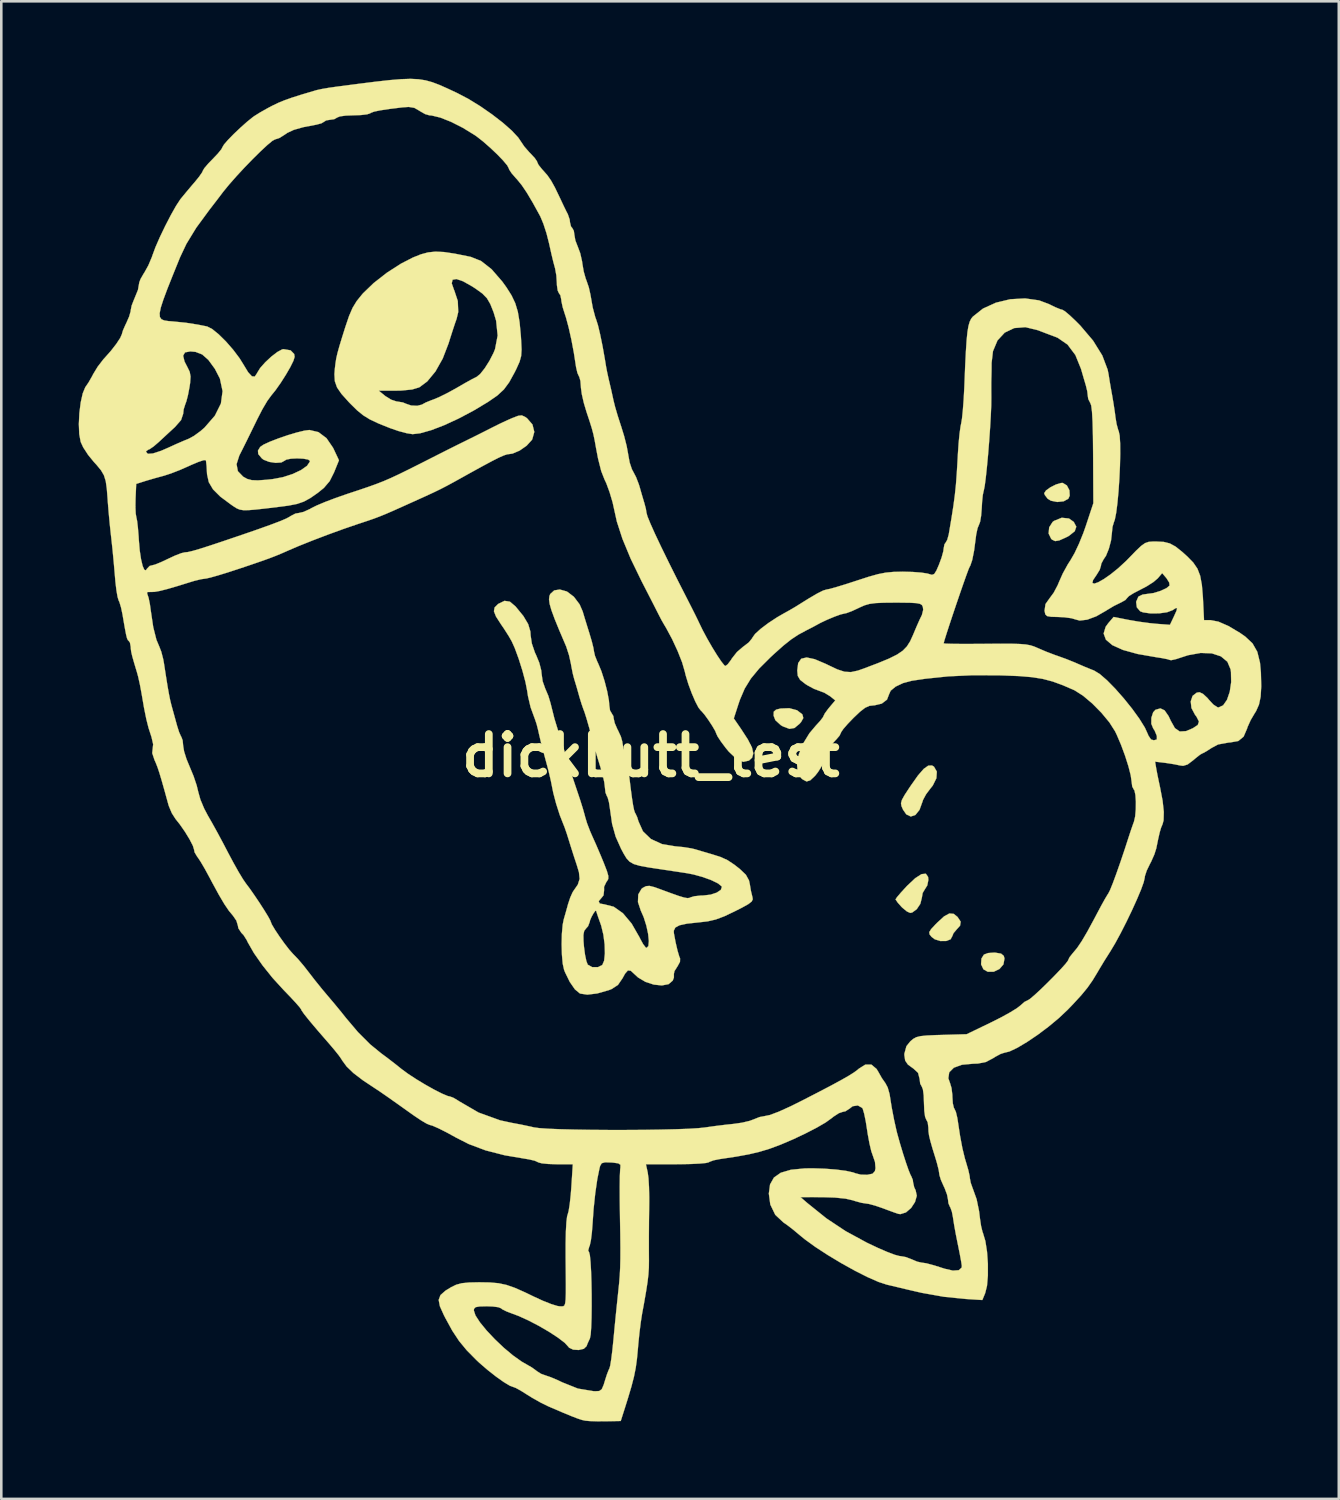
<source format=kicad_pcb>
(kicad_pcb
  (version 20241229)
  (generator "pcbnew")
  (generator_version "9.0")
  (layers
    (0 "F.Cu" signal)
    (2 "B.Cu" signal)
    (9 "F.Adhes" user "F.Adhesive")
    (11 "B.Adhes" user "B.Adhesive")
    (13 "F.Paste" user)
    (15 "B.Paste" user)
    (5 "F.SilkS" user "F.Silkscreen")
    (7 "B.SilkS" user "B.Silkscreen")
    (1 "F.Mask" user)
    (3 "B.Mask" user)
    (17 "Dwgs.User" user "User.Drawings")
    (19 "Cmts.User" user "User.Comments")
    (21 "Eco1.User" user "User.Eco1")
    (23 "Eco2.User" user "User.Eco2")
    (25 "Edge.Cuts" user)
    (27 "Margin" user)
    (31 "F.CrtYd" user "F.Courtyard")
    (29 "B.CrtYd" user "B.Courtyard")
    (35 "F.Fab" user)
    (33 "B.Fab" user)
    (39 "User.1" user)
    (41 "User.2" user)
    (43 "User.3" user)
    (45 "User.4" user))
  (footprint "dickbutt_test"
    (layer "F.Cu")
    (at 22.166 26.225)
    (property "Reference" "dickbutt_test" (at 0 0 0) (layer "F.SilkS") (effects (font (size 1.524 1.524) (thickness 0.3))))
    (attr through_hole)
    (fp_poly (pts (xy 13.35 7.636) (xy 13.571 7.673) (xy 13.674 7.759) (xy 13.702 7.86) (xy 13.662 8.089) (xy 13.508 8.268) (xy 13.289 8.373) (xy 13.056 8.376) (xy 12.886 8.28) (xy 12.795 8.088) (xy 12.81 7.862) (xy 12.906 7.71) (xy 13.066 7.65) (xy 13.304 7.633) (xy 13.35 7.636)) (stroke (width 0.01) (type solid)) (fill yes) (layer "F.SilkS"))
    (fp_poly (pts (xy 16.119 -10.468) (xy 16.218 -10.279) (xy 16.229 -10.069) (xy 16.176 -9.953) (xy 15.998 -9.853) (xy 15.747 -9.826) (xy 15.501 -9.875) (xy 15.373 -9.954) (xy 15.266 -10.094) (xy 15.24 -10.167) (xy 15.311 -10.273) (xy 15.483 -10.396) (xy 15.697 -10.503) (xy 15.892 -10.562) (xy 15.958 -10.564) (xy 16.119 -10.468)) (stroke (width 0.01) (type solid)) (fill yes) (layer "F.SilkS"))
    (fp_poly (pts (xy 16.201 -9.186) (xy 16.387 -9.054) (xy 16.485 -8.869) (xy 16.425 -8.693) (xy 16.203 -8.516) (xy 16.079 -8.45) (xy 15.826 -8.337) (xy 15.666 -8.31) (xy 15.548 -8.365) (xy 15.511 -8.399) (xy 15.412 -8.603) (xy 15.434 -8.844) (xy 15.566 -9.051) (xy 15.618 -9.092) (xy 15.921 -9.215) (xy 16.201 -9.186)) (stroke (width 0.01) (type solid)) (fill yes) (layer "F.SilkS"))
    (fp_poly (pts (xy 5.664 -1.757) (xy 5.866 -1.601) (xy 5.875 -1.586) (xy 5.908 -1.455) (xy 5.822 -1.3) (xy 5.761 -1.231) (xy 5.565 -1.069) (xy 5.37 -1.036) (xy 5.123 -1.129) (xy 5.038 -1.177) (xy 4.824 -1.372) (xy 4.757 -1.547) (xy 4.762 -1.7) (xy 4.854 -1.781) (xy 5.028 -1.824) (xy 5.366 -1.836) (xy 5.664 -1.757)) (stroke (width 0.01) (type solid)) (fill yes) (layer "F.SilkS"))
    (fp_poly (pts (xy 11.735 6.132) (xy 11.883 6.251) (xy 12.005 6.434) (xy 11.981 6.59) (xy 11.853 6.731) (xy 11.726 6.882) (xy 11.684 6.989) (xy 11.614 7.118) (xy 11.44 7.184) (xy 11.218 7.185) (xy 11 7.117) (xy 10.878 7.025) (xy 10.799 6.926) (xy 10.788 6.838) (xy 10.861 6.722) (xy 11.033 6.536) (xy 11.094 6.475) (xy 11.362 6.229) (xy 11.567 6.117) (xy 11.735 6.132)) (stroke (width 0.01) (type solid)) (fill yes) (layer "F.SilkS"))
    (fp_poly (pts (xy 10.742 4.701) (xy 10.753 4.816) (xy 10.711 5.03) (xy 10.626 5.165) (xy 10.532 5.323) (xy 10.499 5.514) (xy 10.442 5.743) (xy 10.303 5.951) (xy 10.127 6.08) (xy 10.049 6.096) (xy 9.922 6.039) (xy 9.75 5.898) (xy 9.71 5.859) (xy 9.564 5.694) (xy 9.487 5.582) (xy 9.483 5.568) (xy 9.537 5.486) (xy 9.681 5.316) (xy 9.886 5.092) (xy 9.932 5.043) (xy 10.245 4.749) (xy 10.488 4.593) (xy 10.656 4.576) (xy 10.742 4.701)) (stroke (width 0.01) (type solid)) (fill yes) (layer "F.SilkS"))
    (fp_poly (pts (xy 10.97 0.428) (xy 11.081 0.62) (xy 11.064 0.877) (xy 10.925 1.159) (xy 10.834 1.273) (xy 10.663 1.5) (xy 10.546 1.718) (xy 10.528 1.776) (xy 10.41 2.102) (xy 10.251 2.3) (xy 10.072 2.361) (xy 9.896 2.276) (xy 9.77 2.092) (xy 9.711 1.957) (xy 9.693 1.844) (xy 9.729 1.715) (xy 9.831 1.531) (xy 10.011 1.255) (xy 10.075 1.16) (xy 10.353 0.767) (xy 10.573 0.514) (xy 10.748 0.39) (xy 10.893 0.383) (xy 10.97 0.428)) (stroke (width 0.01) (type solid)) (fill yes) (layer "F.SilkS"))
    (fp_poly (pts (xy -8.01 -19.51) (xy -7.593 -19.447) (xy -7.056 -19.339) (xy -6.968 -19.32) (xy -6.571 -19.159) (xy -6.169 -18.843) (xy -5.755 -18.366) (xy -5.593 -18.141) (xy -5.396 -17.829) (xy -5.253 -17.528) (xy -5.153 -17.195) (xy -5.085 -16.789) (xy -5.036 -16.268) (xy -5.024 -16.076) (xy -5.008 -15.731) (xy -5.024 -15.482) (xy -5.086 -15.257) (xy -5.21 -14.982) (xy -5.277 -14.848) (xy -5.488 -14.464) (xy -5.695 -14.184) (xy -5.95 -13.949) (xy -6.305 -13.704) (xy -6.308 -13.702) (xy -6.877 -13.361) (xy -7.454 -13.056) (xy -8.009 -12.8) (xy -8.514 -12.607) (xy -8.937 -12.488) (xy -9.228 -12.454) (xy -9.457 -12.49) (xy -9.773 -12.574) (xy -10.109 -12.69) (xy -10.118 -12.693) (xy -10.559 -12.871) (xy -10.886 -13.025) (xy -11.145 -13.185) (xy -11.383 -13.379) (xy -11.645 -13.638) (xy -11.701 -13.696) (xy -11.984 -14.011) (xy -12.072 -14.138) (xy -10.541 -14.138) (xy -10.287 -13.93) (xy -10.064 -13.791) (xy -9.849 -13.72) (xy -9.821 -13.718) (xy -9.604 -13.682) (xy -9.483 -13.631) (xy -9.286 -13.564) (xy -9.049 -13.553) (xy -8.863 -13.6) (xy -8.843 -13.614) (xy -8.717 -13.682) (xy -8.5 -13.77) (xy -8.428 -13.795) (xy -8.19 -13.895) (xy -7.873 -14.052) (xy -7.539 -14.236) (xy -7.497 -14.261) (xy -7.199 -14.433) (xy -6.944 -14.575) (xy -6.778 -14.659) (xy -6.756 -14.669) (xy -6.614 -14.782) (xy -6.436 -15.006) (xy -6.254 -15.293) (xy -6.097 -15.598) (xy -6.036 -15.748) (xy -5.935 -16.276) (xy -5.994 -16.849) (xy -6.091 -17.174) (xy -6.218 -17.493) (xy -6.348 -17.718) (xy -6.523 -17.899) (xy -6.788 -18.091) (xy -6.917 -18.175) (xy -7.275 -18.377) (xy -7.532 -18.464) (xy -7.681 -18.437) (xy -7.714 -18.297) (xy -7.626 -18.046) (xy -7.616 -18.027) (xy -7.479 -17.613) (xy -7.462 -17.187) (xy -7.527 -16.916) (xy -7.586 -16.75) (xy -7.678 -16.471) (xy -7.788 -16.128) (xy -7.836 -15.972) (xy -8.063 -15.383) (xy -8.345 -14.882) (xy -8.664 -14.496) (xy -8.971 -14.268) (xy -9.247 -14.185) (xy -9.662 -14.143) (xy -9.881 -14.139) (xy -10.541 -14.138) (xy -12.072 -14.138) (xy -12.158 -14.265) (xy -12.243 -14.505) (xy -12.259 -14.779) (xy -12.243 -14.986) (xy -12.218 -15.198) (xy -12.188 -15.389) (xy -12.141 -15.595) (xy -12.069 -15.854) (xy -11.963 -16.203) (xy -11.834 -16.613) (xy -11.69 -17.037) (xy -11.554 -17.351) (xy -11.396 -17.61) (xy -11.187 -17.869) (xy -11.151 -17.911) (xy -10.738 -18.309) (xy -10.227 -18.708) (xy -9.68 -19.06) (xy -9.221 -19.296) (xy -8.912 -19.42) (xy -8.632 -19.496) (xy -8.344 -19.526) (xy -8.01 -19.51)) (stroke (width 0.01) (type solid)) (fill yes) (layer "F.SilkS"))
    (fp_poly (pts (xy -3.252 -6.358) (xy -2.982 -6.154) (xy -2.76 -5.861) (xy -2.641 -5.588) (xy -2.57 -5.35) (xy -2.47 -5.026) (xy -2.378 -4.73) (xy -2.288 -4.427) (xy -2.225 -4.174) (xy -2.201 -4.028) (xy -2.164 -3.866) (xy -2.073 -3.638) (xy -2.042 -3.574) (xy -1.916 -3.272) (xy -1.793 -2.889) (xy -1.69 -2.487) (xy -1.624 -2.132) (xy -1.609 -1.945) (xy -1.582 -1.753) (xy -1.524 -1.651) (xy -1.452 -1.531) (xy -1.439 -1.437) (xy -1.399 -1.261) (xy -1.299 -1.028) (xy -1.27 -0.974) (xy -1.16 -0.737) (xy -1.103 -0.533) (xy -1.101 -0.5) (xy -1.06 -0.275) (xy -1.018 -0.174) (xy -0.972 -0.023) (xy -0.917 0.248) (xy -0.864 0.589) (xy -0.846 0.731) (xy -0.781 1.266) (xy -0.729 1.657) (xy -0.687 1.927) (xy -0.651 2.102) (xy -0.618 2.205) (xy -0.595 2.244) (xy -0.528 2.386) (xy -0.479 2.547) (xy -0.305 2.935) (xy 0.004 3.232) (xy 0.433 3.429) (xy 0.938 3.514) (xy 1.267 3.546) (xy 1.572 3.595) (xy 1.714 3.629) (xy 1.974 3.707) (xy 2.284 3.798) (xy 2.371 3.823) (xy 2.71 3.931) (xy 2.974 4.053) (xy 3.236 4.227) (xy 3.443 4.389) (xy 3.682 4.616) (xy 3.803 4.835) (xy 3.835 4.982) (xy 3.879 5.245) (xy 3.932 5.465) (xy 3.936 5.477) (xy 3.949 5.569) (xy 3.906 5.655) (xy 3.78 5.753) (xy 3.546 5.884) (xy 3.247 6.036) (xy 2.842 6.228) (xy 2.515 6.35) (xy 2.203 6.422) (xy 1.84 6.464) (xy 1.837 6.464) (xy 1.401 6.511) (xy 1.112 6.574) (xy 0.949 6.662) (xy 0.889 6.786) (xy 0.893 6.878) (xy 0.96 7.237) (xy 1.034 7.556) (xy 1.102 7.786) (xy 1.134 7.86) (xy 1.13 7.989) (xy 1.034 8.166) (xy 1.023 8.181) (xy 0.916 8.351) (xy 0.891 8.469) (xy 0.894 8.475) (xy 0.894 8.599) (xy 0.848 8.719) (xy 0.687 8.856) (xy 0.428 8.905) (xy 0.116 8.873) (xy -0.206 8.768) (xy -0.497 8.595) (xy -0.627 8.475) (xy -0.776 8.337) (xy -0.888 8.324) (xy -0.998 8.449) (xy -1.097 8.628) (xy -1.274 8.886) (xy -1.523 9.047) (xy -1.628 9.088) (xy -2.078 9.216) (xy -2.459 9.262) (xy -2.736 9.221) (xy -2.752 9.214) (xy -2.94 9.058) (xy -3.139 8.772) (xy -3.325 8.392) (xy -3.362 8.297) (xy -3.414 8.062) (xy -3.445 7.713) (xy -3.456 7.309) (xy -3.447 6.938) (xy -2.612 6.938) (xy -2.608 7.185) (xy -2.591 7.4) (xy -2.55 7.712) (xy -2.497 7.963) (xy -2.443 8.101) (xy -2.443 8.101) (xy -2.268 8.197) (xy -2.046 8.196) (xy -1.88 8.111) (xy -1.809 7.945) (xy -1.78 7.663) (xy -1.79 7.313) (xy -1.838 6.941) (xy -1.921 6.596) (xy -1.947 6.519) (xy -2.038 6.264) (xy -2.1 6.08) (xy -2.117 6.018) (xy -2.147 6.012) (xy -2.218 6.107) (xy -2.298 6.25) (xy -2.356 6.388) (xy -2.368 6.445) (xy -2.431 6.61) (xy -2.508 6.697) (xy -2.58 6.789) (xy -2.612 6.938) (xy -3.447 6.938) (xy -3.446 6.903) (xy -3.415 6.552) (xy -3.375 6.35) (xy -3.313 6.136) (xy -3.234 5.854) (xy -3.208 5.757) (xy -3.122 5.499) (xy -3.032 5.297) (xy -3.002 5.249) (xy -2.829 4.999) (xy -2.759 4.778) (xy -2.785 4.52) (xy -2.865 4.252) (xy -2.987 3.882) (xy -3.113 3.484) (xy -3.169 3.302) (xy -3.26 3.013) (xy -3.345 2.769) (xy -3.386 2.667) (xy -3.528 2.305) (xy -3.668 1.868) (xy -3.779 1.447) (xy -3.815 1.27) (xy -3.875 0.969) (xy -3.96 0.605) (xy -4.019 0.381) (xy -4.158 -0.133) (xy -4.259 -0.523) (xy -4.331 -0.826) (xy -4.363 -0.974) (xy -4.425 -1.219) (xy -4.485 -1.397) (xy -4.657 -1.867) (xy -4.759 -2.301) (xy -4.789 -2.498) (xy -4.858 -2.852) (xy -4.975 -3.292) (xy -5.12 -3.752) (xy -5.272 -4.166) (xy -5.389 -4.426) (xy -5.515 -4.645) (xy -5.693 -4.923) (xy -5.81 -5.094) (xy -5.999 -5.388) (xy -6.079 -5.591) (xy -6.053 -5.739) (xy -5.925 -5.867) (xy -5.908 -5.88) (xy -5.668 -5.996) (xy -5.46 -5.964) (xy -5.242 -5.779) (xy -4.937 -5.406) (xy -4.752 -5.094) (xy -4.667 -4.808) (xy -4.657 -4.657) (xy -4.611 -4.345) (xy -4.491 -3.993) (xy -4.445 -3.895) (xy -4.322 -3.596) (xy -4.246 -3.302) (xy -4.233 -3.174) (xy -4.191 -2.878) (xy -4.092 -2.599) (xy -3.971 -2.315) (xy -3.886 -2.032) (xy -3.734 -1.427) (xy -3.569 -0.889) (xy -3.503 -0.683) (xy -3.408 -0.377) (xy -3.305 -0.034) (xy -3.295 0) (xy -3.173 0.399) (xy -3.024 0.865) (xy -2.877 1.304) (xy -2.86 1.355) (xy -2.738 1.719) (xy -2.632 2.058) (xy -2.56 2.314) (xy -2.546 2.371) (xy -2.473 2.615) (xy -2.354 2.927) (xy -2.264 3.133) (xy -2.114 3.467) (xy -1.945 3.863) (xy -1.817 4.173) (xy -1.701 4.474) (xy -1.647 4.662) (xy -1.649 4.781) (xy -1.701 4.872) (xy -1.722 4.895) (xy -1.812 5.084) (xy -1.811 5.216) (xy -1.833 5.414) (xy -1.899 5.498) (xy -2.02 5.641) (xy -1.98 5.731) (xy -1.799 5.764) (xy -1.437 5.856) (xy -1.082 6.107) (xy -0.745 6.507) (xy -0.437 7.044) (xy -0.415 7.091) (xy -0.299 7.303) (xy -0.199 7.433) (xy -0.165 7.451) (xy -0.095 7.378) (xy -0.077 7.184) (xy -0.105 6.907) (xy -0.174 6.587) (xy -0.277 6.26) (xy -0.392 5.998) (xy -0.499 5.674) (xy -0.487 5.381) (xy -0.36 5.162) (xy -0.313 5.125) (xy -0.186 5.059) (xy -0.053 5.048) (xy 0.141 5.097) (xy 0.343 5.17) (xy 0.78 5.331) (xy 1.086 5.439) (xy 1.289 5.5) (xy 1.417 5.522) (xy 1.498 5.513) (xy 1.539 5.492) (xy 1.688 5.449) (xy 1.931 5.423) (xy 2.034 5.42) (xy 2.314 5.388) (xy 2.553 5.309) (xy 2.713 5.202) (xy 2.752 5.087) (xy 2.742 5.065) (xy 2.605 4.953) (xy 2.347 4.827) (xy 2.015 4.706) (xy 1.654 4.606) (xy 1.402 4.557) (xy 1.008 4.497) (xy 0.58 4.433) (xy 0.381 4.403) (xy -0.091 4.332) (xy -0.427 4.27) (xy -0.66 4.202) (xy -0.821 4.111) (xy -0.942 3.981) (xy -1.055 3.794) (xy -1.151 3.614) (xy -1.362 3.143) (xy -1.5 2.647) (xy -1.582 2.074) (xy -1.621 1.813) (xy -1.673 1.622) (xy -1.701 1.571) (xy -1.757 1.433) (xy -1.778 1.243) (xy -1.804 1.03) (xy -1.871 0.731) (xy -1.944 0.477) (xy -2.063 0.092) (xy -2.184 -0.328) (xy -2.245 -0.55) (xy -2.383 -1.061) (xy -2.49 -1.433) (xy -2.572 -1.692) (xy -2.621 -1.82) (xy -2.685 -2.005) (xy -2.766 -2.269) (xy -2.794 -2.371) (xy -2.874 -2.654) (xy -2.949 -2.902) (xy -2.968 -2.963) (xy -3.025 -3.181) (xy -3.081 -3.467) (xy -3.096 -3.556) (xy -3.169 -3.887) (xy -3.276 -4.219) (xy -3.3 -4.276) (xy -3.546 -4.852) (xy -3.727 -5.296) (xy -3.85 -5.63) (xy -3.92 -5.875) (xy -3.944 -6.052) (xy -3.929 -6.183) (xy -3.897 -6.261) (xy -3.744 -6.4) (xy -3.527 -6.435) (xy -3.252 -6.358)) (stroke (width 0.01) (type solid)) (fill yes) (layer "F.SilkS"))
    (fp_poly (pts (xy -9.001 -26.205) (xy -8.728 -26.162) (xy -8.468 -26.09) (xy -8.198 -25.988) (xy -7.897 -25.855) (xy -7.542 -25.689) (xy -7.497 -25.668) (xy -7.064 -25.44) (xy -6.605 -25.158) (xy -6.152 -24.843) (xy -5.735 -24.521) (xy -5.387 -24.214) (xy -5.138 -23.947) (xy -5.047 -23.812) (xy -4.904 -23.6) (xy -4.706 -23.372) (xy -4.664 -23.331) (xy -4.502 -23.158) (xy -4.41 -23.025) (xy -4.403 -22.997) (xy -4.349 -22.885) (xy -4.215 -22.717) (xy -4.18 -22.68) (xy -4.011 -22.488) (xy -3.867 -22.282) (xy -3.718 -22.014) (xy -3.538 -21.64) (xy -3.514 -21.59) (xy -3.384 -21.313) (xy -3.272 -21.083) (xy -3.216 -20.977) (xy -3.144 -20.766) (xy -3.133 -20.665) (xy -3.094 -20.502) (xy -3.048 -20.447) (xy -2.983 -20.331) (xy -2.963 -20.184) (xy -2.924 -19.959) (xy -2.829 -19.714) (xy -2.829 -19.714) (xy -2.735 -19.463) (xy -2.665 -19.153) (xy -2.653 -19.062) (xy -2.601 -18.758) (xy -2.523 -18.48) (xy -2.497 -18.415) (xy -2.403 -18.142) (xy -2.341 -17.865) (xy -2.252 -17.361) (xy -2.152 -16.985) (xy -2.117 -16.891) (xy -2.048 -16.673) (xy -1.964 -16.32) (xy -1.871 -15.865) (xy -1.778 -15.341) (xy -1.734 -15.071) (xy -1.693 -14.856) (xy -1.631 -14.573) (xy -1.608 -14.478) (xy -1.532 -14.152) (xy -1.46 -13.823) (xy -1.446 -13.758) (xy -1.385 -13.513) (xy -1.286 -13.175) (xy -1.169 -12.812) (xy -1.15 -12.755) (xy -1.033 -12.375) (xy -0.936 -11.992) (xy -0.879 -11.682) (xy -0.875 -11.654) (xy -0.82 -11.355) (xy -0.733 -11.094) (xy -0.686 -11.007) (xy -0.573 -10.791) (xy -0.464 -10.508) (xy -0.435 -10.414) (xy -0.35 -10.116) (xy -0.268 -9.839) (xy -0.248 -9.773) (xy -0.192 -9.56) (xy -0.169 -9.412) (xy -0.131 -9.27) (xy -0.018 -8.993) (xy 0.16 -8.595) (xy 0.399 -8.09) (xy 0.691 -7.492) (xy 1.029 -6.815) (xy 1.396 -6.096) (xy 1.569 -5.756) (xy 1.722 -5.452) (xy 1.831 -5.229) (xy 1.861 -5.165) (xy 2.006 -4.865) (xy 2.186 -4.529) (xy 2.38 -4.192) (xy 2.569 -3.886) (xy 2.732 -3.644) (xy 2.849 -3.498) (xy 2.89 -3.471) (xy 2.979 -3.538) (xy 3.104 -3.703) (xy 3.142 -3.765) (xy 3.336 -4.012) (xy 3.578 -4.22) (xy 3.601 -4.235) (xy 3.799 -4.389) (xy 3.925 -4.544) (xy 3.937 -4.571) (xy 4.04 -4.715) (xy 4.257 -4.912) (xy 4.554 -5.136) (xy 4.895 -5.36) (xy 5.136 -5.499) (xy 5.381 -5.635) (xy 5.586 -5.755) (xy 5.625 -5.779) (xy 6.098 -6.075) (xy 6.445 -6.279) (xy 6.679 -6.396) (xy 6.812 -6.435) (xy 6.813 -6.435) (xy 6.94 -6.46) (xy 7.192 -6.531) (xy 7.534 -6.635) (xy 7.932 -6.764) (xy 7.981 -6.78) (xy 8.444 -6.93) (xy 8.801 -7.03) (xy 9.101 -7.089) (xy 9.397 -7.117) (xy 9.739 -7.125) (xy 9.78 -7.125) (xy 10.15 -7.115) (xy 10.478 -7.09) (xy 10.71 -7.055) (xy 10.762 -7.04) (xy 10.891 -7.003) (xy 10.98 -7.036) (xy 11.064 -7.168) (xy 11.163 -7.396) (xy 11.266 -7.675) (xy 11.332 -7.916) (xy 11.345 -8.019) (xy 11.376 -8.186) (xy 11.421 -8.249) (xy 11.483 -8.356) (xy 11.541 -8.562) (xy 11.55 -8.614) (xy 11.65 -9.209) (xy 11.725 -9.689) (xy 11.78 -10.106) (xy 11.822 -10.511) (xy 11.855 -10.957) (xy 11.887 -11.495) (xy 11.897 -11.684) (xy 11.924 -12.09) (xy 11.96 -12.464) (xy 12 -12.754) (xy 12.024 -12.869) (xy 12.056 -13.061) (xy 12.089 -13.382) (xy 12.12 -13.791) (xy 12.145 -14.25) (xy 12.151 -14.393) (xy 12.179 -15.1) (xy 12.207 -15.658) (xy 12.235 -16.088) (xy 12.267 -16.409) (xy 12.306 -16.642) (xy 12.353 -16.807) (xy 12.411 -16.925) (xy 12.474 -17.005) (xy 12.869 -17.319) (xy 13.368 -17.547) (xy 13.926 -17.681) (xy 14.5 -17.713) (xy 15.042 -17.637) (xy 15.417 -17.496) (xy 15.67 -17.373) (xy 15.869 -17.292) (xy 15.948 -17.272) (xy 16.046 -17.214) (xy 16.23 -17.059) (xy 16.469 -16.833) (xy 16.642 -16.658) (xy 17.135 -16.077) (xy 17.491 -15.503) (xy 17.699 -14.953) (xy 17.735 -14.774) (xy 17.78 -14.487) (xy 17.84 -14.139) (xy 17.871 -13.97) (xy 17.93 -13.62) (xy 17.983 -13.265) (xy 18 -13.123) (xy 18.045 -12.848) (xy 18.107 -12.619) (xy 18.128 -12.569) (xy 18.165 -12.397) (xy 18.184 -12.093) (xy 18.187 -11.689) (xy 18.176 -11.221) (xy 18.153 -10.725) (xy 18.12 -10.234) (xy 18.078 -9.783) (xy 18.03 -9.407) (xy 17.977 -9.141) (xy 17.943 -9.047) (xy 17.887 -8.861) (xy 17.863 -8.62) (xy 17.83 -8.331) (xy 17.746 -8.014) (xy 17.635 -7.741) (xy 17.54 -7.6) (xy 17.451 -7.431) (xy 17.441 -7.36) (xy 17.391 -7.197) (xy 17.272 -7.004) (xy 17.133 -6.798) (xy 17.109 -6.687) (xy 17.183 -6.663) (xy 17.336 -6.717) (xy 17.553 -6.84) (xy 17.814 -7.022) (xy 18.102 -7.254) (xy 18.4 -7.528) (xy 18.525 -7.654) (xy 18.802 -7.94) (xy 18.998 -8.125) (xy 19.148 -8.232) (xy 19.289 -8.281) (xy 19.455 -8.294) (xy 19.583 -8.294) (xy 19.874 -8.279) (xy 20.108 -8.22) (xy 20.333 -8.097) (xy 20.598 -7.885) (xy 20.788 -7.713) (xy 21.017 -7.478) (xy 21.178 -7.242) (xy 21.284 -6.967) (xy 21.35 -6.612) (xy 21.39 -6.137) (xy 21.397 -5.99) (xy 21.433 -5.249) (xy 21.684 -5.249) (xy 21.993 -5.189) (xy 22.387 -5.017) (xy 22.838 -4.746) (xy 23.03 -4.612) (xy 23.311 -4.349) (xy 23.497 -4.023) (xy 23.602 -3.597) (xy 23.637 -3.217) (xy 23.65 -2.685) (xy 23.627 -2.283) (xy 23.562 -1.975) (xy 23.45 -1.723) (xy 23.398 -1.642) (xy 23.241 -1.375) (xy 23.121 -1.11) (xy 23.099 -1.04) (xy 22.967 -0.734) (xy 22.761 -0.565) (xy 22.446 -0.509) (xy 22.4 -0.508) (xy 21.98 -0.432) (xy 21.725 -0.296) (xy 21.526 -0.168) (xy 21.39 -0.093) (xy 21.365 -0.085) (xy 21.278 -0.034) (xy 21.113 0.096) (xy 21.018 0.177) (xy 20.799 0.343) (xy 20.625 0.397) (xy 20.499 0.381) (xy 20.271 0.334) (xy 19.982 0.289) (xy 19.907 0.279) (xy 19.537 0.235) (xy 19.585 0.52) (xy 19.634 0.778) (xy 19.701 1.098) (xy 19.729 1.228) (xy 19.828 1.746) (xy 19.875 2.182) (xy 19.866 2.509) (xy 19.827 2.656) (xy 19.77 2.792) (xy 19.717 2.97) (xy 19.657 3.232) (xy 19.583 3.596) (xy 19.51 3.827) (xy 19.386 4.107) (xy 19.334 4.205) (xy 19.214 4.454) (xy 19.143 4.669) (xy 19.135 4.734) (xy 19.096 4.906) (xy 18.992 5.194) (xy 18.835 5.567) (xy 18.642 5.993) (xy 18.427 6.44) (xy 18.205 6.877) (xy 17.991 7.271) (xy 17.8 7.59) (xy 17.781 7.62) (xy 17.582 7.934) (xy 17.379 8.27) (xy 17.314 8.382) (xy 17.118 8.706) (xy 16.916 8.994) (xy 16.673 9.289) (xy 16.357 9.633) (xy 16.151 9.847) (xy 15.805 10.173) (xy 15.408 10.503) (xy 14.99 10.817) (xy 14.578 11.095) (xy 14.204 11.318) (xy 13.896 11.464) (xy 13.689 11.515) (xy 13.55 11.56) (xy 13.342 11.672) (xy 13.258 11.726) (xy 12.982 11.871) (xy 12.673 11.932) (xy 12.489 11.938) (xy 12.054 11.978) (xy 11.741 12.092) (xy 11.561 12.271) (xy 11.527 12.503) (xy 11.592 12.687) (xy 11.65 12.879) (xy 11.682 13.146) (xy 11.684 13.228) (xy 11.7 13.473) (xy 11.741 13.646) (xy 11.76 13.678) (xy 11.82 13.808) (xy 11.873 14.031) (xy 11.884 14.097) (xy 11.979 14.721) (xy 12.071 15.213) (xy 12.168 15.61) (xy 12.222 15.79) (xy 12.302 16.064) (xy 12.352 16.29) (xy 12.36 16.37) (xy 12.395 16.555) (xy 12.477 16.785) (xy 12.481 16.794) (xy 12.622 17.186) (xy 12.717 17.647) (xy 12.754 17.949) (xy 12.795 18.224) (xy 12.85 18.45) (xy 12.869 18.5) (xy 12.962 18.81) (xy 13.026 19.224) (xy 13.059 19.687) (xy 13.059 20.144) (xy 13.025 20.544) (xy 12.955 20.825) (xy 12.844 21.094) (xy 12.2 21.053) (xy 11.361 20.969) (xy 10.491 20.814) (xy 9.991 20.699) (xy 9.652 20.618) (xy 9.334 20.542) (xy 9.144 20.498) (xy 8.82 20.392) (xy 8.395 20.205) (xy 7.903 19.956) (xy 7.379 19.665) (xy 6.858 19.352) (xy 6.374 19.037) (xy 5.962 18.738) (xy 5.769 18.58) (xy 5.514 18.367) (xy 5.269 18.178) (xy 5.139 18.089) (xy 4.821 17.793) (xy 4.629 17.394) (xy 4.572 16.97) (xy 4.619 16.616) (xy 4.769 16.349) (xy 5.035 16.162) (xy 5.43 16.046) (xy 5.966 15.994) (xy 6.265 15.99) (xy 6.732 16.005) (xy 7.178 16.039) (xy 7.562 16.089) (xy 7.839 16.15) (xy 7.923 16.182) (xy 8.13 16.235) (xy 8.384 16.242) (xy 8.389 16.241) (xy 8.592 16.199) (xy 8.682 16.098) (xy 8.705 15.986) (xy 8.685 15.743) (xy 8.609 15.521) (xy 8.542 15.329) (xy 8.47 15.024) (xy 8.403 14.66) (xy 8.382 14.52) (xy 8.327 14.17) (xy 8.267 13.878) (xy 8.212 13.691) (xy 8.192 13.652) (xy 8.021 13.555) (xy 7.819 13.585) (xy 7.705 13.674) (xy 7.539 13.782) (xy 7.443 13.801) (xy 7.286 13.854) (xy 7.079 13.988) (xy 7.006 14.047) (xy 6.772 14.215) (xy 6.419 14.42) (xy 5.986 14.643) (xy 5.514 14.866) (xy 5.042 15.068) (xy 4.611 15.229) (xy 4.572 15.242) (xy 4.204 15.352) (xy 3.804 15.447) (xy 3.329 15.534) (xy 2.734 15.624) (xy 2.667 15.634) (xy 2.432 15.681) (xy 2.269 15.741) (xy 2.248 15.757) (xy 2.138 15.784) (xy 1.892 15.807) (xy 1.543 15.824) (xy 1.124 15.832) (xy 0.988 15.833) (xy -0.191 15.833) (xy -0.121 16.15) (xy -0.091 16.376) (xy -0.071 16.714) (xy -0.062 17.106) (xy -0.062 17.293) (xy -0.071 18.01) (xy -0.075 18.619) (xy -0.075 19.182) (xy -0.073 19.579) (xy -0.076 19.835) (xy -0.093 20.095) (xy -0.127 20.394) (xy -0.185 20.766) (xy -0.269 21.248) (xy -0.34 21.632) (xy -0.389 21.95) (xy -0.441 22.365) (xy -0.486 22.808) (xy -0.501 22.987) (xy -0.538 23.379) (xy -0.585 23.722) (xy -0.653 24.063) (xy -0.752 24.446) (xy -0.892 24.916) (xy -1.004 25.273) (xy -1.166 25.781) (xy -1.747 25.792) (xy -2.077 25.793) (xy -2.367 25.784) (xy -2.54 25.768) (xy -2.667 25.74) (xy -2.838 25.684) (xy -3.079 25.591) (xy -3.416 25.452) (xy -3.877 25.254) (xy -3.979 25.21) (xy -4.272 25.066) (xy -4.607 24.876) (xy -4.798 24.757) (xy -5.04 24.605) (xy -5.229 24.501) (xy -5.313 24.469) (xy -5.461 24.415) (xy -5.7 24.271) (xy -5.999 24.059) (xy -6.323 23.804) (xy -6.641 23.53) (xy -6.76 23.418) (xy -7.133 23.04) (xy -7.43 22.679) (xy -7.693 22.281) (xy -7.962 21.789) (xy -8.019 21.678) (xy -8.1 21.497) (xy -6.858 21.497) (xy -6.794 21.691) (xy -6.62 21.959) (xy -6.362 22.275) (xy -6.045 22.611) (xy -5.697 22.942) (xy -5.341 23.24) (xy -5.005 23.479) (xy -4.83 23.579) (xy -4.607 23.708) (xy -4.439 23.829) (xy -4.422 23.845) (xy -4.253 23.953) (xy -4.079 24.015) (xy -3.874 24.085) (xy -3.597 24.203) (xy -3.429 24.284) (xy -2.825 24.525) (xy -2.22 24.625) (xy -2.156 24.628) (xy -1.998 24.619) (xy -1.901 24.549) (xy -1.826 24.376) (xy -1.784 24.236) (xy -1.704 23.984) (xy -1.632 23.798) (xy -1.606 23.749) (xy -1.574 23.636) (xy -1.534 23.39) (xy -1.491 23.048) (xy -1.45 22.648) (xy -1.402 22.138) (xy -1.347 21.582) (xy -1.293 21.062) (xy -1.264 20.786) (xy -1.229 20.451) (xy -1.204 20.144) (xy -1.188 19.833) (xy -1.18 19.485) (xy -1.179 19.065) (xy -1.184 18.542) (xy -1.195 17.907) (xy -1.204 17.246) (xy -1.206 16.705) (xy -1.201 16.296) (xy -1.188 16.035) (xy -1.179 15.96) (xy -1.178 15.854) (xy -1.261 15.798) (xy -1.465 15.77) (xy -1.534 15.765) (xy -1.776 15.758) (xy -1.902 15.794) (xy -1.964 15.897) (xy -1.986 15.977) (xy -2.074 16.409) (xy -2.153 16.957) (xy -2.218 17.569) (xy -2.256 18.118) (xy -2.284 18.478) (xy -2.322 18.78) (xy -2.365 18.979) (xy -2.387 19.028) (xy -2.427 19.177) (xy -2.392 19.241) (xy -2.361 19.362) (xy -2.336 19.619) (xy -2.315 19.979) (xy -2.301 20.408) (xy -2.293 20.873) (xy -2.292 21.341) (xy -2.297 21.778) (xy -2.31 22.152) (xy -2.33 22.428) (xy -2.358 22.574) (xy -2.359 22.578) (xy -2.454 22.784) (xy -2.489 22.881) (xy -2.597 22.984) (xy -2.795 23.03) (xy -3.009 23.016) (xy -3.168 22.94) (xy -3.192 22.908) (xy -3.334 22.753) (xy -3.595 22.553) (xy -3.94 22.327) (xy -4.335 22.097) (xy -4.742 21.885) (xy -5.127 21.71) (xy -5.348 21.628) (xy -5.592 21.535) (xy -5.761 21.45) (xy -5.804 21.414) (xy -5.908 21.372) (xy -6.129 21.344) (xy -6.355 21.336) (xy -6.638 21.343) (xy -6.79 21.371) (xy -6.85 21.434) (xy -6.858 21.497) (xy -8.1 21.497) (xy -8.173 21.335) (xy -8.22 21.09) (xy -8.15 20.902) (xy -7.952 20.728) (xy -7.738 20.597) (xy -7.539 20.5) (xy -7.321 20.442) (xy -7.035 20.414) (xy -6.652 20.406) (xy -6.239 20.413) (xy -5.901 20.443) (xy -5.592 20.509) (xy -5.262 20.624) (xy -4.866 20.8) (xy -4.53 20.963) (xy -4.179 21.124) (xy -3.861 21.25) (xy -3.621 21.324) (xy -3.535 21.337) (xy -3.453 21.34) (xy -3.392 21.335) (xy -3.348 21.302) (xy -3.318 21.22) (xy -3.301 21.069) (xy -3.293 20.828) (xy -3.292 20.477) (xy -3.296 19.994) (xy -3.301 19.458) (xy -3.301 18.9) (xy -3.291 18.431) (xy -3.271 18.074) (xy -3.244 17.852) (xy -3.227 17.798) (xy -3.185 17.648) (xy -3.142 17.373) (xy -3.103 17.015) (xy -3.081 16.734) (xy -3.023 15.833) (xy -3.654 15.833) (xy -3.97 15.823) (xy -4.221 15.798) (xy -4.358 15.762) (xy -4.365 15.757) (xy -4.495 15.697) (xy -4.718 15.645) (xy -4.784 15.634) (xy -5.659 15.486) (xy -6.404 15.295) (xy -7.055 15.05) (xy -7.535 14.806) (xy -7.901 14.605) (xy -8.22 14.444) (xy -8.457 14.34) (xy -8.57 14.308) (xy -8.684 14.261) (xy -8.896 14.136) (xy -9.166 13.956) (xy -9.271 13.882) (xy -9.8 13.505) (xy -10.221 13.208) (xy -10.525 12.998) (xy -10.659 12.91) (xy -11.157 12.579) (xy -11.525 12.298) (xy -11.786 12.046) (xy -11.964 11.803) (xy -11.99 11.757) (xy -12.082 11.625) (xy -12.25 11.414) (xy -12.459 11.167) (xy -12.462 11.164) (xy -12.896 10.664) (xy -13.218 10.283) (xy -13.429 10.02) (xy -13.534 9.87) (xy -13.547 9.836) (xy -13.603 9.755) (xy -13.754 9.581) (xy -13.978 9.34) (xy -14.228 9.081) (xy -14.653 8.616) (xy -15.046 8.125) (xy -15.378 7.65) (xy -15.617 7.233) (xy -15.655 7.151) (xy -15.78 6.954) (xy -15.866 6.865) (xy -15.98 6.691) (xy -16.002 6.578) (xy -16.058 6.394) (xy -16.187 6.206) (xy -16.346 6.015) (xy -16.523 5.754) (xy -16.733 5.398) (xy -16.993 4.922) (xy -17.107 4.706) (xy -17.278 4.391) (xy -17.434 4.125) (xy -17.548 3.951) (xy -17.576 3.917) (xy -17.678 3.744) (xy -17.695 3.649) (xy -17.743 3.493) (xy -17.869 3.248) (xy -18.045 2.958) (xy -18.247 2.667) (xy -18.415 2.455) (xy -18.559 2.23) (xy -18.676 1.951) (xy -18.69 1.905) (xy -18.839 1.364) (xy -18.954 0.958) (xy -19.043 0.661) (xy -19.116 0.444) (xy -19.181 0.279) (xy -19.23 0.17) (xy -19.318 -0.095) (xy -19.301 -0.26) (xy -19.282 -0.439) (xy -19.346 -0.718) (xy -19.363 -0.769) (xy -19.46 -1.069) (xy -19.547 -1.413) (xy -19.634 -1.843) (xy -19.73 -2.4) (xy -19.732 -2.411) (xy -19.794 -2.745) (xy -19.864 -3.061) (xy -19.906 -3.215) (xy -20.02 -3.595) (xy -20.093 -3.852) (xy -20.132 -4.021) (xy -20.148 -4.142) (xy -20.151 -4.213) (xy -20.182 -4.379) (xy -20.226 -4.439) (xy -20.263 -4.475) (xy -20.296 -4.549) (xy -20.332 -4.693) (xy -20.378 -4.935) (xy -20.442 -5.304) (xy -20.468 -5.461) (xy -20.525 -5.733) (xy -20.589 -5.947) (xy -20.62 -6.012) (xy -20.661 -6.148) (xy -20.706 -6.409) (xy -20.746 -6.749) (xy -20.762 -6.943) (xy -20.803 -7.42) (xy -20.853 -7.951) (xy -20.905 -8.433) (xy -20.914 -8.509) (xy -20.962 -8.954) (xy -21.007 -9.433) (xy -21.023 -9.636) (xy -19.969 -9.636) (xy -19.958 -9.378) (xy -19.934 -9.237) (xy -19.904 -9.095) (xy -19.873 -8.831) (xy -19.845 -8.493) (xy -19.837 -8.351) (xy -19.803 -7.95) (xy -19.751 -7.607) (xy -19.69 -7.349) (xy -19.624 -7.198) (xy -19.561 -7.179) (xy -19.531 -7.23) (xy -19.418 -7.348) (xy -19.347 -7.366) (xy -19.206 -7.402) (xy -18.97 -7.498) (xy -18.711 -7.62) (xy -18.43 -7.751) (xy -18.191 -7.843) (xy -18.058 -7.874) (xy -17.939 -7.886) (xy -17.752 -7.93) (xy -17.476 -8.01) (xy -17.085 -8.135) (xy -16.595 -8.298) (xy -15.823 -8.56) (xy -15.201 -8.775) (xy -14.718 -8.948) (xy -14.362 -9.083) (xy -14.123 -9.185) (xy -13.988 -9.258) (xy -13.965 -9.276) (xy -13.769 -9.378) (xy -13.644 -9.398) (xy -13.457 -9.441) (xy -13.216 -9.55) (xy -13.143 -9.592) (xy -12.943 -9.691) (xy -12.624 -9.825) (xy -12.226 -9.976) (xy -11.791 -10.128) (xy -11.726 -10.15) (xy -11.29 -10.294) (xy -10.935 -10.415) (xy -10.632 -10.524) (xy -10.353 -10.633) (xy -10.069 -10.756) (xy -9.75 -10.905) (xy -9.369 -11.092) (xy -8.897 -11.329) (xy -8.304 -11.63) (xy -8.255 -11.655) (xy -7.877 -11.846) (xy -7.489 -12.04) (xy -7.164 -12.2) (xy -7.112 -12.226) (xy -6.756 -12.402) (xy -6.367 -12.598) (xy -6.181 -12.693) (xy -5.858 -12.854) (xy -5.532 -13.006) (xy -5.363 -13.08) (xy -5.138 -13.166) (xy -4.998 -13.181) (xy -4.873 -13.124) (xy -4.795 -13.069) (xy -4.586 -12.828) (xy -4.515 -12.541) (xy -4.594 -12.254) (xy -4.611 -12.227) (xy -4.814 -12.005) (xy -5.086 -11.816) (xy -5.358 -11.701) (xy -5.474 -11.684) (xy -5.567 -11.672) (xy -5.698 -11.629) (xy -5.886 -11.546) (xy -6.151 -11.412) (xy -6.515 -11.217) (xy -6.997 -10.952) (xy -7.239 -10.817) (xy -7.615 -10.608) (xy -7.905 -10.451) (xy -8.157 -10.321) (xy -8.421 -10.193) (xy -8.744 -10.044) (xy -9.144 -9.863) (xy -9.63 -9.644) (xy -9.996 -9.48) (xy -10.278 -9.358) (xy -10.51 -9.264) (xy -10.727 -9.182) (xy -10.964 -9.1) (xy -11.256 -9.003) (xy -11.345 -8.974) (xy -11.899 -8.784) (xy -12.505 -8.564) (xy -13.106 -8.335) (xy -13.648 -8.118) (xy -14.012 -7.962) (xy -14.285 -7.842) (xy -14.533 -7.739) (xy -14.795 -7.638) (xy -15.11 -7.526) (xy -15.514 -7.387) (xy -15.974 -7.233) (xy -16.394 -7.096) (xy -16.766 -6.982) (xy -17.056 -6.9) (xy -17.23 -6.86) (xy -17.253 -6.858) (xy -17.428 -6.833) (xy -17.682 -6.771) (xy -17.786 -6.74) (xy -18.327 -6.572) (xy -18.731 -6.454) (xy -19.023 -6.38) (xy -19.226 -6.344) (xy -19.362 -6.339) (xy -19.377 -6.34) (xy -19.514 -6.336) (xy -19.512 -6.262) (xy -19.505 -6.251) (xy -19.458 -6.11) (xy -19.408 -5.861) (xy -19.376 -5.63) (xy -19.279 -4.976) (xy -19.156 -4.489) (xy -19.048 -4.233) (xy -18.967 -4.025) (xy -18.892 -3.734) (xy -18.864 -3.577) (xy -18.783 -3.055) (xy -18.721 -2.667) (xy -18.669 -2.378) (xy -18.624 -2.154) (xy -18.577 -1.962) (xy -18.55 -1.863) (xy -18.46 -1.538) (xy -18.37 -1.21) (xy -18.351 -1.143) (xy -18.277 -0.91) (xy -18.205 -0.748) (xy -18.189 -0.724) (xy -18.139 -0.588) (xy -18.119 -0.375) (xy -18.119 -0.374) (xy -18.083 -0.16) (xy -17.989 0.138) (xy -17.861 0.447) (xy -17.716 0.796) (xy -17.596 1.154) (xy -17.534 1.409) (xy -17.452 1.703) (xy -17.306 2.052) (xy -17.16 2.328) (xy -16.996 2.614) (xy -16.784 2.997) (xy -16.556 3.423) (xy -16.376 3.768) (xy -16.17 4.154) (xy -15.971 4.509) (xy -15.801 4.79) (xy -15.689 4.953) (xy -15.542 5.148) (xy -15.359 5.41) (xy -15.163 5.701) (xy -14.98 5.986) (xy -14.832 6.227) (xy -14.745 6.386) (xy -14.732 6.424) (xy -14.684 6.542) (xy -14.559 6.752) (xy -14.386 7.012) (xy -14.192 7.283) (xy -14.007 7.522) (xy -13.858 7.689) (xy -13.842 7.705) (xy -13.667 7.887) (xy -13.447 8.146) (xy -13.271 8.372) (xy -13.023 8.693) (xy -12.736 9.049) (xy -12.541 9.281) (xy -12.274 9.596) (xy -11.991 9.94) (xy -11.811 10.166) (xy -11.345 10.716) (xy -10.871 11.19) (xy -10.447 11.536) (xy -10.204 11.716) (xy -9.902 11.949) (xy -9.652 12.149) (xy -9.403 12.332) (xy -9.084 12.54) (xy -8.735 12.751) (xy -8.39 12.944) (xy -8.088 13.097) (xy -7.866 13.19) (xy -7.783 13.208) (xy -7.656 13.254) (xy -7.467 13.366) (xy -7.435 13.388) (xy -6.674 13.83) (xy -5.838 14.132) (xy -5.394 14.228) (xy -5.03 14.296) (xy -4.647 14.377) (xy -4.53 14.405) (xy -4.324 14.433) (xy -3.975 14.457) (xy -3.507 14.476) (xy -2.946 14.49) (xy -2.318 14.5) (xy -1.647 14.505) (xy -0.959 14.505) (xy -0.28 14.501) (xy 0.365 14.491) (xy 0.951 14.477) (xy 1.452 14.459) (xy 1.842 14.435) (xy 2.074 14.411) (xy 2.481 14.354) (xy 2.919 14.3) (xy 3.205 14.27) (xy 3.533 14.223) (xy 3.827 14.153) (xy 3.984 14.095) (xy 4.21 14.005) (xy 4.396 13.97) (xy 4.614 13.925) (xy 4.962 13.794) (xy 5.429 13.582) (xy 5.842 13.376) (xy 6.481 13.047) (xy 6.986 12.783) (xy 7.373 12.573) (xy 7.66 12.409) (xy 7.866 12.28) (xy 8.006 12.177) (xy 8.055 12.134) (xy 8.312 11.971) (xy 8.546 11.973) (xy 8.747 12.141) (xy 8.819 12.261) (xy 8.949 12.492) (xy 9.076 12.674) (xy 9.085 12.685) (xy 9.178 12.86) (xy 9.249 13.111) (xy 9.258 13.166) (xy 9.331 13.625) (xy 9.425 14.115) (xy 9.522 14.55) (xy 9.547 14.647) (xy 9.652 15.022) (xy 9.768 15.408) (xy 9.884 15.767) (xy 9.986 16.06) (xy 10.063 16.249) (xy 10.089 16.294) (xy 10.151 16.443) (xy 10.16 16.528) (xy 10.204 16.726) (xy 10.259 16.84) (xy 10.305 17.053) (xy 10.235 17.297) (xy 10.085 17.527) (xy 9.885 17.699) (xy 9.67 17.766) (xy 9.588 17.755) (xy 9.43 17.701) (xy 9.178 17.609) (xy 8.976 17.533) (xy 8.692 17.436) (xy 8.451 17.371) (xy 8.341 17.355) (xy 8.154 17.326) (xy 7.901 17.256) (xy 7.832 17.232) (xy 7.544 17.166) (xy 7.13 17.124) (xy 6.646 17.109) (xy 5.8 17.108) (xy 6.066 17.338) (xy 6.801 17.929) (xy 7.541 18.421) (xy 8.367 18.87) (xy 8.406 18.889) (xy 8.802 19.076) (xy 9.161 19.231) (xy 9.448 19.34) (xy 9.626 19.388) (xy 9.642 19.389) (xy 9.881 19.43) (xy 10.106 19.516) (xy 10.318 19.606) (xy 10.481 19.643) (xy 10.672 19.67) (xy 10.986 19.754) (xy 11.388 19.882) (xy 11.703 19.954) (xy 11.93 19.938) (xy 12.042 19.838) (xy 12.049 19.77) (xy 12.025 19.609) (xy 11.975 19.336) (xy 11.909 19.003) (xy 11.892 18.923) (xy 11.818 18.552) (xy 11.754 18.199) (xy 11.712 17.933) (xy 11.709 17.907) (xy 11.664 17.672) (xy 11.606 17.509) (xy 11.591 17.488) (xy 11.53 17.345) (xy 11.515 17.209) (xy 11.477 17.01) (xy 11.382 16.755) (xy 11.345 16.679) (xy 11.24 16.442) (xy 11.181 16.25) (xy 11.176 16.207) (xy 11.152 16.05) (xy 11.089 15.8) (xy 11.04 15.632) (xy 10.912 15.219) (xy 10.829 14.927) (xy 10.78 14.721) (xy 10.758 14.56) (xy 10.753 14.413) (xy 10.728 14.212) (xy 10.669 14.097) (xy 10.668 14.097) (xy 10.626 13.992) (xy 10.595 13.766) (xy 10.583 13.468) (xy 10.583 13.462) (xy 10.572 13.163) (xy 10.542 12.935) (xy 10.5 12.828) (xy 10.499 12.827) (xy 10.437 12.712) (xy 10.414 12.528) (xy 10.354 12.293) (xy 10.181 12.132) (xy 9.961 11.972) (xy 9.855 11.818) (xy 9.823 11.605) (xy 9.823 11.552) (xy 9.903 11.259) (xy 10.054 11.071) (xy 10.166 10.976) (xy 10.284 10.911) (xy 10.446 10.87) (xy 10.687 10.845) (xy 11.045 10.829) (xy 11.262 10.823) (xy 12.237 10.795) (xy 13.187 10.336) (xy 13.572 10.142) (xy 13.914 9.953) (xy 14.177 9.792) (xy 14.322 9.68) (xy 14.479 9.542) (xy 14.599 9.483) (xy 14.6 9.483) (xy 14.693 9.425) (xy 14.872 9.273) (xy 15.11 9.053) (xy 15.376 8.794) (xy 15.643 8.525) (xy 15.882 8.275) (xy 16.065 8.072) (xy 16.163 7.943) (xy 16.171 7.92) (xy 16.224 7.81) (xy 16.352 7.65) (xy 16.356 7.646) (xy 16.517 7.452) (xy 16.696 7.187) (xy 16.908 6.826) (xy 17.169 6.345) (xy 17.278 6.138) (xy 17.446 5.822) (xy 17.593 5.557) (xy 17.697 5.383) (xy 17.722 5.347) (xy 17.789 5.217) (xy 17.897 4.951) (xy 18.036 4.575) (xy 18.198 4.114) (xy 18.372 3.596) (xy 18.508 3.175) (xy 18.602 2.89) (xy 18.688 2.643) (xy 18.72 2.557) (xy 18.765 2.358) (xy 18.789 2.084) (xy 18.793 1.789) (xy 18.775 1.527) (xy 18.738 1.351) (xy 18.711 1.312) (xy 18.651 1.198) (xy 18.627 1.005) (xy 18.593 0.763) (xy 18.504 0.414) (xy 18.374 0.005) (xy 18.218 -0.417) (xy 18.052 -0.806) (xy 17.986 -0.942) (xy 17.768 -1.285) (xy 17.46 -1.657) (xy 17.105 -2.017) (xy 16.746 -2.32) (xy 16.425 -2.525) (xy 16.402 -2.536) (xy 15.959 -2.728) (xy 15.568 -2.871) (xy 15.185 -2.972) (xy 14.77 -3.038) (xy 14.279 -3.08) (xy 13.671 -3.104) (xy 13.504 -3.109) (xy 12.462 -3.113) (xy 11.524 -3.07) (xy 10.631 -2.977) (xy 10.114 -2.9) (xy 9.774 -2.81) (xy 9.486 -2.674) (xy 9.293 -2.515) (xy 9.231 -2.377) (xy 9.15 -2.168) (xy 8.947 -2.014) (xy 8.67 -1.948) (xy 8.646 -1.947) (xy 8.471 -1.928) (xy 8.304 -1.854) (xy 8.105 -1.7) (xy 7.855 -1.463) (xy 7.628 -1.227) (xy 7.456 -1.029) (xy 7.371 -0.903) (xy 7.366 -0.885) (xy 7.309 -0.768) (xy 7.171 -0.608) (xy 7.154 -0.593) (xy 7.011 -0.435) (xy 6.943 -0.316) (xy 6.943 -0.308) (xy 6.899 -0.142) (xy 6.787 0.109) (xy 6.636 0.388) (xy 6.476 0.641) (xy 6.364 0.783) (xy 6.177 0.959) (xy 6.034 1.003) (xy 5.885 0.925) (xy 5.827 0.876) (xy 5.691 0.645) (xy 5.663 0.323) (xy 5.735 -0.057) (xy 5.898 -0.463) (xy 6.144 -0.865) (xy 6.392 -1.16) (xy 6.563 -1.347) (xy 6.67 -1.488) (xy 6.689 -1.53) (xy 6.739 -1.631) (xy 6.864 -1.802) (xy 6.917 -1.867) (xy 7.146 -2.139) (xy 6.949 -2.298) (xy 6.723 -2.436) (xy 6.53 -2.508) (xy 6.319 -2.588) (xy 6.065 -2.725) (xy 5.99 -2.773) (xy 5.785 -2.933) (xy 5.693 -3.089) (xy 5.673 -3.297) (xy 5.709 -3.585) (xy 5.827 -3.753) (xy 6.037 -3.802) (xy 6.35 -3.735) (xy 6.777 -3.554) (xy 6.858 -3.514) (xy 7.226 -3.34) (xy 7.506 -3.249) (xy 7.752 -3.235) (xy 8.022 -3.293) (xy 8.256 -3.375) (xy 8.811 -3.586) (xy 9.23 -3.759) (xy 9.538 -3.913) (xy 9.761 -4.064) (xy 9.921 -4.229) (xy 9.996 -4.348) (xy 11.345 -4.348) (xy 11.426 -4.338) (xy 11.65 -4.331) (xy 11.991 -4.327) (xy 12.424 -4.327) (xy 12.924 -4.33) (xy 12.975 -4.331) (xy 13.548 -4.335) (xy 13.98 -4.334) (xy 14.299 -4.324) (xy 14.532 -4.305) (xy 14.709 -4.272) (xy 14.856 -4.225) (xy 14.986 -4.169) (xy 15.315 -4.028) (xy 15.666 -3.894) (xy 15.755 -3.864) (xy 16.091 -3.743) (xy 16.441 -3.602) (xy 16.517 -3.568) (xy 16.811 -3.441) (xy 17.096 -3.325) (xy 17.172 -3.296) (xy 17.391 -3.163) (xy 17.674 -2.918) (xy 17.995 -2.591) (xy 18.328 -2.213) (xy 18.648 -1.815) (xy 18.928 -1.428) (xy 19.142 -1.083) (xy 19.266 -0.811) (xy 19.274 -0.783) (xy 19.38 -0.625) (xy 19.488 -0.593) (xy 19.605 -0.624) (xy 19.606 -0.75) (xy 19.597 -0.783) (xy 19.52 -0.968) (xy 19.464 -1.054) (xy 19.391 -1.231) (xy 19.393 -1.465) (xy 19.462 -1.677) (xy 19.552 -1.775) (xy 19.743 -1.829) (xy 19.905 -1.753) (xy 20.059 -1.532) (xy 20.145 -1.349) (xy 20.305 -1.064) (xy 20.492 -0.934) (xy 20.737 -0.948) (xy 21.002 -1.061) (xy 21.191 -1.186) (xy 21.237 -1.319) (xy 21.144 -1.503) (xy 21.082 -1.586) (xy 20.946 -1.844) (xy 20.918 -2.1) (xy 20.989 -2.313) (xy 21.151 -2.439) (xy 21.258 -2.455) (xy 21.394 -2.392) (xy 21.565 -2.234) (xy 21.627 -2.159) (xy 21.796 -1.977) (xy 21.953 -1.874) (xy 21.996 -1.865) (xy 22.174 -1.947) (xy 22.323 -2.161) (xy 22.43 -2.472) (xy 22.485 -2.843) (xy 22.477 -3.239) (xy 22.463 -3.341) (xy 22.338 -3.637) (xy 22.087 -3.845) (xy 21.735 -3.961) (xy 21.303 -3.977) (xy 20.815 -3.889) (xy 20.599 -3.819) (xy 20.351 -3.738) (xy 20.174 -3.698) (xy 20.119 -3.701) (xy 20.019 -3.734) (xy 19.802 -3.777) (xy 19.585 -3.811) (xy 18.86 -3.937) (xy 18.291 -4.094) (xy 17.881 -4.279) (xy 17.631 -4.492) (xy 17.544 -4.729) (xy 17.622 -4.991) (xy 17.724 -5.131) (xy 17.931 -5.372) (xy 18.511 -5.257) (xy 18.907 -5.189) (xy 19.33 -5.132) (xy 19.603 -5.105) (xy 20.113 -5.067) (xy 20.259 -5.373) (xy 20.366 -5.61) (xy 20.392 -5.716) (xy 20.333 -5.711) (xy 20.216 -5.635) (xy 20.003 -5.554) (xy 19.695 -5.511) (xy 19.362 -5.508) (xy 19.074 -5.549) (xy 18.96 -5.591) (xy 18.83 -5.744) (xy 18.802 -5.957) (xy 18.887 -6.152) (xy 18.898 -6.164) (xy 19.053 -6.239) (xy 19.239 -6.265) (xy 19.48 -6.298) (xy 19.748 -6.381) (xy 19.978 -6.488) (xy 20.098 -6.587) (xy 20.085 -6.703) (xy 19.983 -6.867) (xy 19.981 -6.87) (xy 19.812 -7.07) (xy 19.642 -6.869) (xy 19.475 -6.726) (xy 19.214 -6.559) (xy 18.964 -6.428) (xy 18.707 -6.295) (xy 18.524 -6.18) (xy 18.457 -6.11) (xy 18.387 -6.028) (xy 18.216 -5.932) (xy 18.195 -5.923) (xy 17.947 -5.801) (xy 17.677 -5.64) (xy 17.636 -5.613) (xy 17.259 -5.397) (xy 16.906 -5.266) (xy 16.616 -5.232) (xy 16.474 -5.269) (xy 16.295 -5.322) (xy 16.017 -5.359) (xy 15.79 -5.37) (xy 15.508 -5.378) (xy 15.354 -5.405) (xy 15.284 -5.472) (xy 15.257 -5.598) (xy 15.255 -5.619) (xy 15.291 -5.871) (xy 15.447 -6.091) (xy 15.609 -6.311) (xy 15.764 -6.604) (xy 15.82 -6.739) (xy 15.961 -7.056) (xy 16.152 -7.403) (xy 16.265 -7.579) (xy 16.417 -7.843) (xy 16.59 -8.211) (xy 16.759 -8.628) (xy 16.851 -8.89) (xy 17.145 -9.779) (xy 17.136 -11.667) (xy 17.129 -12.38) (xy 17.115 -12.93) (xy 17.093 -13.322) (xy 17.063 -13.562) (xy 17.03 -13.653) (xy 16.948 -13.815) (xy 16.933 -13.917) (xy 16.909 -14.119) (xy 16.854 -14.345) (xy 16.78 -14.594) (xy 16.692 -14.897) (xy 16.666 -14.986) (xy 16.449 -15.52) (xy 16.145 -15.925) (xy 15.765 -16.187) (xy 15.683 -16.221) (xy 15.378 -16.335) (xy 15.085 -16.447) (xy 14.997 -16.481) (xy 14.513 -16.599) (xy 14.079 -16.564) (xy 13.712 -16.388) (xy 13.431 -16.085) (xy 13.256 -15.668) (xy 13.203 -15.218) (xy 13.201 -14.929) (xy 13.196 -14.688) (xy 13.193 -14.605) (xy 13.19 -14.433) (xy 13.19 -14.157) (xy 13.192 -13.885) (xy 13.189 -13.568) (xy 13.171 -13.153) (xy 13.143 -12.674) (xy 13.107 -12.162) (xy 13.066 -11.652) (xy 13.021 -11.174) (xy 12.977 -10.762) (xy 12.936 -10.447) (xy 12.899 -10.263) (xy 12.893 -10.245) (xy 12.862 -10.096) (xy 12.835 -9.839) (xy 12.821 -9.586) (xy 12.797 -9.29) (xy 12.757 -9.056) (xy 12.717 -8.951) (xy 12.659 -8.81) (xy 12.607 -8.569) (xy 12.588 -8.424) (xy 12.525 -7.944) (xy 12.453 -7.58) (xy 12.377 -7.356) (xy 12.354 -7.319) (xy 12.311 -7.221) (xy 12.227 -6.994) (xy 12.112 -6.67) (xy 11.977 -6.281) (xy 11.832 -5.857) (xy 11.689 -5.432) (xy 11.558 -5.037) (xy 11.45 -4.704) (xy 11.375 -4.464) (xy 11.345 -4.35) (xy 11.345 -4.348) (xy 9.996 -4.348) (xy 10.046 -4.426) (xy 10.158 -4.672) (xy 10.169 -4.699) (xy 10.3 -5.009) (xy 10.417 -5.272) (xy 10.497 -5.436) (xy 10.502 -5.445) (xy 10.553 -5.649) (xy 10.539 -5.763) (xy 10.504 -5.832) (xy 10.431 -5.879) (xy 10.29 -5.907) (xy 10.052 -5.921) (xy 9.687 -5.926) (xy 9.474 -5.927) (xy 9.028 -5.923) (xy 8.709 -5.909) (xy 8.475 -5.878) (xy 8.283 -5.823) (xy 8.091 -5.739) (xy 8.043 -5.715) (xy 7.788 -5.597) (xy 7.58 -5.52) (xy 7.498 -5.503) (xy 7.354 -5.469) (xy 7.114 -5.382) (xy 6.835 -5.266) (xy 6.573 -5.142) (xy 6.435 -5.067) (xy 6.277 -4.981) (xy 6.052 -4.866) (xy 6.011 -4.845) (xy 5.718 -4.687) (xy 5.44 -4.503) (xy 5.139 -4.264) (xy 4.775 -3.939) (xy 4.636 -3.81) (xy 4.199 -3.375) (xy 3.876 -2.985) (xy 3.637 -2.596) (xy 3.452 -2.165) (xy 3.397 -2.003) (xy 3.215 -1.44) (xy 3.492 -1.038) (xy 3.761 -0.623) (xy 3.919 -0.312) (xy 3.971 -0.083) (xy 3.924 0.082) (xy 3.802 0.194) (xy 3.579 0.243) (xy 3.321 0.13) (xy 3.026 -0.147) (xy 2.9 -0.299) (xy 2.719 -0.541) (xy 2.59 -0.736) (xy 2.54 -0.841) (xy 2.54 -0.842) (xy 2.494 -0.956) (xy 2.379 -1.153) (xy 2.23 -1.38) (xy 2.081 -1.586) (xy 1.966 -1.72) (xy 1.943 -1.738) (xy 1.846 -1.86) (xy 1.72 -2.102) (xy 1.584 -2.419) (xy 1.455 -2.768) (xy 1.352 -3.106) (xy 1.315 -3.26) (xy 1.212 -3.613) (xy 1.039 -4.051) (xy 0.824 -4.515) (xy 0.591 -4.948) (xy 0.512 -5.08) (xy 0.414 -5.251) (xy 0.322 -5.428) (xy 0.244 -5.581) (xy 0.107 -5.851) (xy -0.074 -6.204) (xy -0.281 -6.607) (xy -0.36 -6.761) (xy -0.78 -7.627) (xy -1.1 -8.399) (xy -1.316 -9.065) (xy -1.399 -9.44) (xy -1.481 -9.812) (xy -1.599 -10.209) (xy -1.727 -10.556) (xy -1.794 -10.697) (xy -1.922 -11.023) (xy -2.045 -11.509) (xy -2.119 -11.896) (xy -2.175 -12.21) (xy -2.226 -12.453) (xy -2.288 -12.686) (xy -2.376 -12.966) (xy -2.49 -13.308) (xy -2.596 -13.663) (xy -2.674 -14.003) (xy -2.709 -14.26) (xy -2.709 -14.285) (xy -2.728 -14.518) (xy -2.773 -14.676) (xy -2.785 -14.694) (xy -2.844 -14.824) (xy -2.896 -15.048) (xy -2.906 -15.113) (xy -2.982 -15.605) (xy -3.078 -16.115) (xy -3.184 -16.588) (xy -3.287 -16.971) (xy -3.33 -17.103) (xy -3.415 -17.372) (xy -3.464 -17.603) (xy -3.47 -17.669) (xy -3.506 -17.84) (xy -3.556 -17.907) (xy -3.609 -18.018) (xy -3.639 -18.23) (xy -3.641 -18.308) (xy -3.661 -18.607) (xy -3.711 -18.884) (xy -3.721 -18.917) (xy -3.777 -19.125) (xy -3.852 -19.437) (xy -3.931 -19.792) (xy -3.945 -19.854) (xy -4.042 -20.235) (xy -4.163 -20.606) (xy -4.283 -20.893) (xy -4.294 -20.913) (xy -4.576 -21.425) (xy -4.806 -21.812) (xy -5.001 -22.101) (xy -5.181 -22.322) (xy -5.234 -22.379) (xy -5.396 -22.566) (xy -5.492 -22.714) (xy -5.503 -22.753) (xy -5.564 -22.867) (xy -5.725 -23.059) (xy -5.955 -23.298) (xy -6.225 -23.553) (xy -6.502 -23.796) (xy -6.758 -23.996) (xy -6.819 -24.038) (xy -7.278 -24.32) (xy -7.736 -24.553) (xy -8.155 -24.719) (xy -8.494 -24.801) (xy -8.576 -24.806) (xy -8.745 -24.855) (xy -8.952 -24.973) (xy -8.968 -24.985) (xy -9.163 -25.097) (xy -9.379 -25.132) (xy -9.621 -25.116) (xy -10.129 -25.053) (xy -10.488 -24.999) (xy -10.722 -24.95) (xy -10.85 -24.902) (xy -10.875 -24.883) (xy -10.996 -24.845) (xy -11.234 -24.817) (xy -11.527 -24.807) (xy -11.822 -24.796) (xy -12.047 -24.765) (xy -12.15 -24.723) (xy -12.267 -24.657) (xy -12.404 -24.638) (xy -12.578 -24.61) (xy -12.652 -24.563) (xy -12.76 -24.498) (xy -12.96 -24.444) (xy -12.974 -24.442) (xy -13.47 -24.347) (xy -13.83 -24.245) (xy -14.086 -24.126) (xy -14.184 -24.058) (xy -14.382 -23.933) (xy -14.549 -23.876) (xy -14.558 -23.876) (xy -14.666 -23.816) (xy -14.862 -23.653) (xy -15.122 -23.411) (xy -15.423 -23.114) (xy -15.742 -22.785) (xy -16.054 -22.448) (xy -16.336 -22.128) (xy -16.565 -21.849) (xy -16.595 -21.809) (xy -16.804 -21.533) (xy -17.012 -21.263) (xy -17.105 -21.143) (xy -17.613 -20.451) (xy -17.995 -19.825) (xy -18.241 -19.304) (xy -18.517 -18.623) (xy -18.732 -18.083) (xy -18.887 -17.666) (xy -18.987 -17.357) (xy -19.031 -17.138) (xy -19.022 -16.994) (xy -18.961 -16.906) (xy -18.852 -16.859) (xy -18.695 -16.835) (xy -18.521 -16.821) (xy -18.019 -16.771) (xy -17.546 -16.697) (xy -17.19 -16.626) (xy -16.999 -16.53) (xy -16.746 -16.325) (xy -16.463 -16.046) (xy -16.183 -15.725) (xy -15.936 -15.397) (xy -15.79 -15.163) (xy -15.601 -14.852) (xy -15.456 -14.695) (xy -15.344 -14.687) (xy -15.255 -14.82) (xy -15.25 -14.833) (xy -15.136 -15.017) (xy -14.94 -15.238) (xy -14.704 -15.458) (xy -14.471 -15.637) (xy -14.284 -15.738) (xy -14.233 -15.748) (xy -13.956 -15.701) (xy -13.818 -15.559) (xy -13.801 -15.449) (xy -13.847 -15.298) (xy -13.969 -15.051) (xy -14.143 -14.751) (xy -14.343 -14.437) (xy -14.545 -14.151) (xy -14.704 -13.955) (xy -14.861 -13.74) (xy -15.053 -13.414) (xy -15.246 -13.039) (xy -15.446 -12.629) (xy -15.651 -12.211) (xy -15.835 -11.841) (xy -15.945 -11.624) (xy -16.051 -11.291) (xy -16 -11.019) (xy -15.793 -10.805) (xy -15.635 -10.718) (xy -15.46 -10.672) (xy -15.225 -10.663) (xy -14.889 -10.687) (xy -14.647 -10.713) (xy -14.252 -10.788) (xy -13.876 -10.91) (xy -13.553 -11.062) (xy -13.32 -11.227) (xy -13.212 -11.387) (xy -13.208 -11.418) (xy -13.283 -11.472) (xy -13.468 -11.504) (xy -13.708 -11.515) (xy -13.946 -11.503) (xy -14.124 -11.467) (xy -14.182 -11.43) (xy -14.314 -11.357) (xy -14.538 -11.342) (xy -14.789 -11.38) (xy -15.004 -11.464) (xy -15.071 -11.515) (xy -15.21 -11.682) (xy -15.222 -11.816) (xy -15.134 -11.96) (xy -15.006 -12.048) (xy -14.758 -12.162) (xy -14.432 -12.288) (xy -14.072 -12.412) (xy -13.721 -12.517) (xy -13.422 -12.59) (xy -13.228 -12.615) (xy -12.878 -12.533) (xy -12.566 -12.298) (xy -12.311 -11.925) (xy -12.286 -11.873) (xy -12.083 -11.441) (xy -12.274 -10.971) (xy -12.443 -10.634) (xy -12.665 -10.373) (xy -12.9 -10.182) (xy -13.193 -9.978) (xy -13.444 -9.841) (xy -13.708 -9.75) (xy -14.041 -9.685) (xy -14.393 -9.639) (xy -14.923 -9.575) (xy -15.313 -9.532) (xy -15.591 -9.509) (xy -15.786 -9.508) (xy -15.928 -9.531) (xy -16.043 -9.579) (xy -16.161 -9.653) (xy -16.263 -9.723) (xy -16.682 -10.035) (xy -16.963 -10.316) (xy -17.127 -10.594) (xy -17.194 -10.898) (xy -17.198 -10.967) (xy -17.212 -11.222) (xy -17.233 -11.403) (xy -17.245 -11.449) (xy -17.331 -11.444) (xy -17.531 -11.377) (xy -17.805 -11.262) (xy -17.889 -11.223) (xy -18.241 -11.068) (xy -18.591 -10.932) (xy -18.867 -10.842) (xy -18.881 -10.839) (xy -19.207 -10.75) (xy -19.536 -10.654) (xy -19.6 -10.634) (xy -19.939 -10.526) (xy -19.964 -9.949) (xy -19.969 -9.636) (xy -21.023 -9.636) (xy -21.041 -9.851) (xy -21.044 -9.906) (xy -21.077 -10.332) (xy -21.119 -10.634) (xy -21.189 -10.86) (xy -21.302 -11.054) (xy -21.476 -11.265) (xy -21.578 -11.376) (xy -21.804 -11.653) (xy -21.879 -11.769) (xy -19.558 -11.769) (xy -19.489 -11.692) (xy -19.291 -11.706) (xy -18.977 -11.808) (xy -18.692 -11.932) (xy -18.379 -12.075) (xy -18.09 -12.2) (xy -17.907 -12.274) (xy -17.702 -12.386) (xy -17.449 -12.571) (xy -17.293 -12.706) (xy -16.891 -13.169) (xy -16.657 -13.64) (xy -16.592 -14.12) (xy -16.696 -14.607) (xy -16.891 -14.986) (xy -17.144 -15.332) (xy -17.382 -15.542) (xy -17.641 -15.642) (xy -17.843 -15.66) (xy -18.047 -15.622) (xy -18.121 -15.493) (xy -18.066 -15.267) (xy -17.956 -15.054) (xy -17.866 -14.869) (xy -17.833 -14.685) (xy -17.85 -14.437) (xy -17.876 -14.266) (xy -17.933 -13.968) (xy -17.996 -13.723) (xy -18.038 -13.611) (xy -18.101 -13.412) (xy -18.119 -13.243) (xy -18.201 -12.999) (xy -18.436 -12.731) (xy -18.706 -12.482) (xy -18.992 -12.217) (xy -19.067 -12.147) (xy -19.264 -11.978) (xy -19.419 -11.872) (xy -19.47 -11.853) (xy -19.555 -11.791) (xy -19.558 -11.769) (xy -21.879 -11.769) (xy -21.992 -11.942) (xy -22.09 -12.154) (xy -22.146 -12.457) (xy -22.161 -12.846) (xy -22.141 -13.27) (xy -22.089 -13.682) (xy -22.011 -14.033) (xy -21.911 -14.275) (xy -21.886 -14.309) (xy -21.783 -14.461) (xy -21.651 -14.692) (xy -21.606 -14.78) (xy -21.431 -15.068) (xy -21.211 -15.354) (xy -21.155 -15.415) (xy -20.92 -15.68) (xy -20.711 -15.949) (xy -20.559 -16.18) (xy -20.491 -16.334) (xy -20.489 -16.348) (xy -20.453 -16.47) (xy -20.363 -16.676) (xy -20.32 -16.764) (xy -20.214 -17.007) (xy -20.155 -17.21) (xy -20.151 -17.256) (xy -20.114 -17.439) (xy -20.024 -17.669) (xy -20.016 -17.686) (xy -19.871 -18.042) (xy -19.818 -18.34) (xy -19.77 -18.465) (xy -19.658 -18.661) (xy -19.619 -18.721) (xy -19.469 -18.991) (xy -19.335 -19.308) (xy -19.307 -19.389) (xy -19.191 -19.703) (xy -19.018 -20.097) (xy -18.812 -20.526) (xy -18.597 -20.941) (xy -18.396 -21.298) (xy -18.231 -21.55) (xy -18.214 -21.572) (xy -18.025 -21.802) (xy -17.794 -22.077) (xy -17.674 -22.216) (xy -17.501 -22.429) (xy -17.386 -22.595) (xy -17.357 -22.661) (xy -17.3 -22.758) (xy -17.154 -22.93) (xy -16.976 -23.114) (xy -16.777 -23.323) (xy -16.639 -23.493) (xy -16.595 -23.579) (xy -16.535 -23.679) (xy -16.379 -23.858) (xy -16.158 -24.084) (xy -15.903 -24.326) (xy -15.647 -24.554) (xy -15.422 -24.736) (xy -15.363 -24.778) (xy -15.138 -24.919) (xy -14.842 -25.086) (xy -14.658 -25.183) (xy -14.435 -25.29) (xy -14.197 -25.388) (xy -13.908 -25.491) (xy -13.533 -25.61) (xy -13.034 -25.758) (xy -12.954 -25.782) (xy -12.763 -25.824) (xy -12.468 -25.875) (xy -12.15 -25.92) (xy -11.334 -26.026) (xy -10.665 -26.11) (xy -10.119 -26.171) (xy -9.674 -26.208) (xy -9.309 -26.22) (xy -9.001 -26.205)) (stroke (width 0.01) (type solid)) (fill yes) (layer "F.SilkS")))
  (gr_rect
    (start -3 -3)
    (end 48.821 55.023)
    (stroke (width 0.1) (type default))
    (fill no)
    (layer "Edge.Cuts")))
</source>
